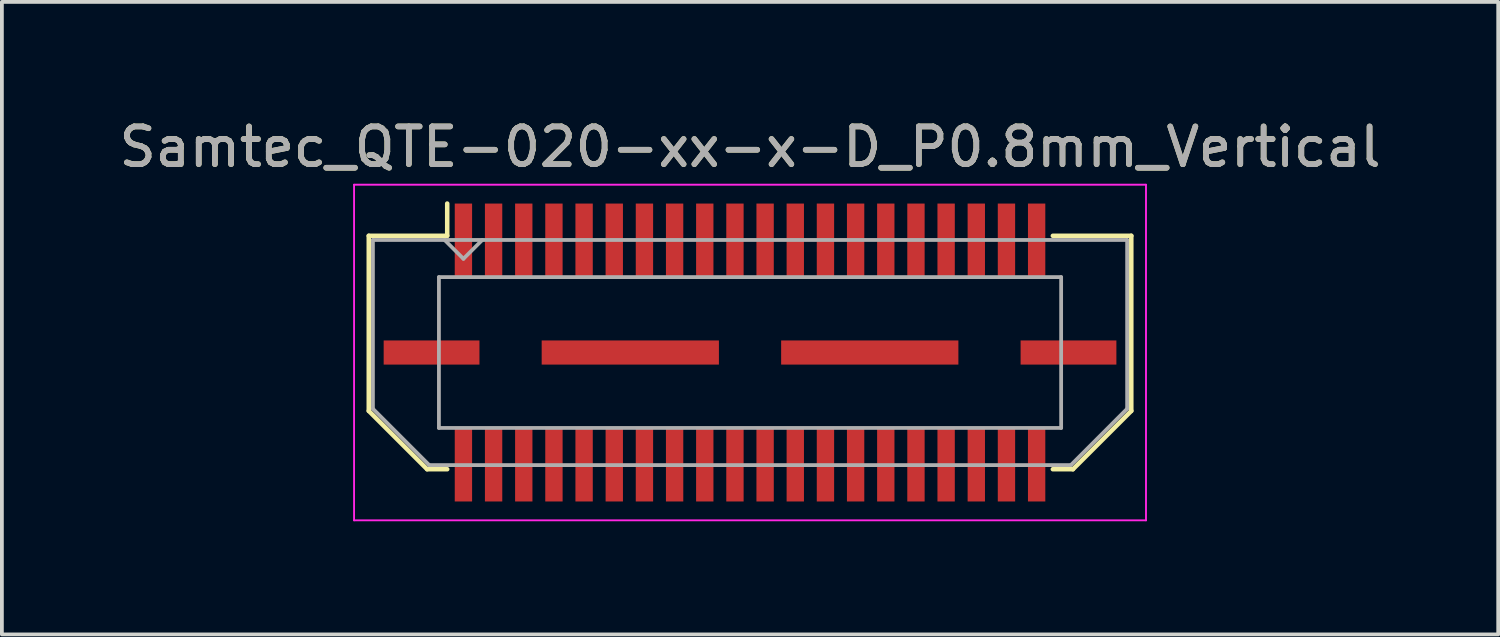
<source format=kicad_pcb>
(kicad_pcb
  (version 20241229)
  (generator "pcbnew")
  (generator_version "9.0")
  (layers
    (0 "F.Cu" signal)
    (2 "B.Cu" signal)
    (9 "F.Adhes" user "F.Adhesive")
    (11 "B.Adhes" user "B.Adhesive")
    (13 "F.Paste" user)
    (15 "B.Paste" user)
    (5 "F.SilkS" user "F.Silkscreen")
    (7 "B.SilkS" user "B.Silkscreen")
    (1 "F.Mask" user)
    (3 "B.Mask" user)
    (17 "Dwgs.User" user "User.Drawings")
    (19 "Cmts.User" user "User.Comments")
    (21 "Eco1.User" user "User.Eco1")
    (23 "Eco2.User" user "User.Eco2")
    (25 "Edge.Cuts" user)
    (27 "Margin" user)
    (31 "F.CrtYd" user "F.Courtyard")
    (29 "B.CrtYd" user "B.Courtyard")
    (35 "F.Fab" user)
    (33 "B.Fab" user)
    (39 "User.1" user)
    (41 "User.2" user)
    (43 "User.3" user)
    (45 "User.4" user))
  (footprint "Samtec_QTE-020-xx-x-D_P0.8mm_Vertical"
    (layer "F.Cu")
    (at 16.839 6.298)
    (property "Reference" "Samtec_QTE-020-xx-x-D_P0.8mm_Vertical" (at 0 -5.45 0) (layer "F.SilkS") (effects (font (size 1 1) (thickness 0.15))))
    (attr smd)
    (fp_line (start -10.11 -3.095) (end -10.11 1.548) (stroke (width 0.12) (type solid)) (layer "F.SilkS"))
    (fp_line (start -10.11 1.548) (end -8.562 3.095) (stroke (width 0.12) (type solid)) (layer "F.SilkS"))
    (fp_line (start -8.562 3.095) (end -8.03 3.095) (stroke (width 0.12) (type solid)) (layer "F.SilkS"))
    (fp_line (start -8.03 -3.95) (end -8.03 -3.095) (stroke (width 0.12) (type solid)) (layer "F.SilkS"))
    (fp_line (start -8.03 -3.095) (end -10.11 -3.095) (stroke (width 0.12) (type solid)) (layer "F.SilkS"))
    (fp_line (start 8.03 -3.095) (end 10.11 -3.095) (stroke (width 0.12) (type solid)) (layer "F.SilkS"))
    (fp_line (start 8.562 3.095) (end 8.03 3.095) (stroke (width 0.12) (type solid)) (layer "F.SilkS"))
    (fp_line (start 10.11 -3.095) (end 10.11 1.548) (stroke (width 0.12) (type solid)) (layer "F.SilkS"))
    (fp_line (start 10.11 1.548) (end 8.562 3.095) (stroke (width 0.12) (type solid)) (layer "F.SilkS"))
    (fp_line (start -10.5 -4.45) (end -10.5 4.45) (stroke (width 0.05) (type solid)) (layer "F.CrtYd"))
    (fp_line (start -10.5 4.45) (end 10.5 4.45) (stroke (width 0.05) (type solid)) (layer "F.CrtYd"))
    (fp_line (start 10.5 -4.45) (end -10.5 -4.45) (stroke (width 0.05) (type solid)) (layer "F.CrtYd"))
    (fp_line (start 10.5 4.45) (end 10.5 -4.45) (stroke (width 0.05) (type solid)) (layer "F.CrtYd"))
    (fp_line (start -10 -2.985) (end -10 1.492) (stroke (width 0.1) (type solid)) (layer "F.Fab"))
    (fp_line (start -10 -2.985) (end 10 -2.985) (stroke (width 0.1) (type solid)) (layer "F.Fab"))
    (fp_line (start -10 1.492) (end -8.508 2.985) (stroke (width 0.1) (type solid)) (layer "F.Fab"))
    (fp_line (start -8.508 2.985) (end 8.508 2.985) (stroke (width 0.1) (type solid)) (layer "F.Fab"))
    (fp_line (start -8.25 -2) (end -8.25 2) (stroke (width 0.1) (type solid)) (layer "F.Fab"))
    (fp_line (start -8.25 2) (end 8.25 2) (stroke (width 0.1) (type solid)) (layer "F.Fab"))
    (fp_line (start -7.6 -2.485) (end -8.1 -2.985) (stroke (width 0.1) (type solid)) (layer "F.Fab"))
    (fp_line (start -7.1 -2.985) (end -7.6 -2.485) (stroke (width 0.1) (type solid)) (layer "F.Fab"))
    (fp_line (start 8.25 -2) (end -8.25 -2) (stroke (width 0.1) (type solid)) (layer "F.Fab"))
    (fp_line (start 8.25 2) (end 8.25 -2) (stroke (width 0.1) (type solid)) (layer "F.Fab"))
    (fp_line (start 10 -2.985) (end 10 1.492) (stroke (width 0.1) (type solid)) (layer "F.Fab"))
    (fp_line (start 10 1.492) (end 8.508 2.985) (stroke (width 0.1) (type solid)) (layer "F.Fab"))
    (fp_text user "${REFERENCE}" (at 0 -5.45 0) (layer "F.Fab") (effects (font (size 1 1) (thickness 0.15))))
    (pad "1" smd rect (at -7.6 -2.98) (size 0.46 1.94) (layers "F.Cu" "F.Mask" "F.Paste"))
    (pad "2" smd rect (at -7.6 2.98) (size 0.46 1.94) (layers "F.Cu" "F.Mask" "F.Paste"))
    (pad "3" smd rect (at -6.8 -2.98) (size 0.46 1.94) (layers "F.Cu" "F.Mask" "F.Paste"))
    (pad "4" smd rect (at -6.8 2.98) (size 0.46 1.94) (layers "F.Cu" "F.Mask" "F.Paste"))
    (pad "5" smd rect (at -6 -2.98) (size 0.46 1.94) (layers "F.Cu" "F.Mask" "F.Paste"))
    (pad "6" smd rect (at -6 2.98) (size 0.46 1.94) (layers "F.Cu" "F.Mask" "F.Paste"))
    (pad "7" smd rect (at -5.2 -2.98) (size 0.46 1.94) (layers "F.Cu" "F.Mask" "F.Paste"))
    (pad "8" smd rect (at -5.2 2.98) (size 0.46 1.94) (layers "F.Cu" "F.Mask" "F.Paste"))
    (pad "9" smd rect (at -4.4 -2.98) (size 0.46 1.94) (layers "F.Cu" "F.Mask" "F.Paste"))
    (pad "10" smd rect (at -4.4 2.98) (size 0.46 1.94) (layers "F.Cu" "F.Mask" "F.Paste"))
    (pad "11" smd rect (at -3.6 -2.98) (size 0.46 1.94) (layers "F.Cu" "F.Mask" "F.Paste"))
    (pad "12" smd rect (at -3.6 2.98) (size 0.46 1.94) (layers "F.Cu" "F.Mask" "F.Paste"))
    (pad "13" smd rect (at -2.8 -2.98) (size 0.46 1.94) (layers "F.Cu" "F.Mask" "F.Paste"))
    (pad "14" smd rect (at -2.8 2.98) (size 0.46 1.94) (layers "F.Cu" "F.Mask" "F.Paste"))
    (pad "15" smd rect (at -2 -2.98) (size 0.46 1.94) (layers "F.Cu" "F.Mask" "F.Paste"))
    (pad "16" smd rect (at -2 2.98) (size 0.46 1.94) (layers "F.Cu" "F.Mask" "F.Paste"))
    (pad "17" smd rect (at -1.2 -2.98) (size 0.46 1.94) (layers "F.Cu" "F.Mask" "F.Paste"))
    (pad "18" smd rect (at -1.2 2.98) (size 0.46 1.94) (layers "F.Cu" "F.Mask" "F.Paste"))
    (pad "19" smd rect (at -0.4 -2.98) (size 0.46 1.94) (layers "F.Cu" "F.Mask" "F.Paste"))
    (pad "20" smd rect (at -0.4 2.98) (size 0.46 1.94) (layers "F.Cu" "F.Mask" "F.Paste"))
    (pad "21" smd rect (at 0.4 -2.98) (size 0.46 1.94) (layers "F.Cu" "F.Mask" "F.Paste"))
    (pad "22" smd rect (at 0.4 2.98) (size 0.46 1.94) (layers "F.Cu" "F.Mask" "F.Paste"))
    (pad "23" smd rect (at 1.2 -2.98) (size 0.46 1.94) (layers "F.Cu" "F.Mask" "F.Paste"))
    (pad "24" smd rect (at 1.2 2.98) (size 0.46 1.94) (layers "F.Cu" "F.Mask" "F.Paste"))
    (pad "25" smd rect (at 2 -2.98) (size 0.46 1.94) (layers "F.Cu" "F.Mask" "F.Paste"))
    (pad "26" smd rect (at 2 2.98) (size 0.46 1.94) (layers "F.Cu" "F.Mask" "F.Paste"))
    (pad "27" smd rect (at 2.8 -2.98) (size 0.46 1.94) (layers "F.Cu" "F.Mask" "F.Paste"))
    (pad "28" smd rect (at 2.8 2.98) (size 0.46 1.94) (layers "F.Cu" "F.Mask" "F.Paste"))
    (pad "29" smd rect (at 3.6 -2.98) (size 0.46 1.94) (layers "F.Cu" "F.Mask" "F.Paste"))
    (pad "30" smd rect (at 3.6 2.98) (size 0.46 1.94) (layers "F.Cu" "F.Mask" "F.Paste"))
    (pad "31" smd rect (at 4.4 -2.98) (size 0.46 1.94) (layers "F.Cu" "F.Mask" "F.Paste"))
    (pad "32" smd rect (at 4.4 2.98) (size 0.46 1.94) (layers "F.Cu" "F.Mask" "F.Paste"))
    (pad "33" smd rect (at 5.2 -2.98) (size 0.46 1.94) (layers "F.Cu" "F.Mask" "F.Paste"))
    (pad "34" smd rect (at 5.2 2.98) (size 0.46 1.94) (layers "F.Cu" "F.Mask" "F.Paste"))
    (pad "35" smd rect (at 6 -2.98) (size 0.46 1.94) (layers "F.Cu" "F.Mask" "F.Paste"))
    (pad "36" smd rect (at 6 2.98) (size 0.46 1.94) (layers "F.Cu" "F.Mask" "F.Paste"))
    (pad "37" smd rect (at 6.8 -2.98) (size 0.46 1.94) (layers "F.Cu" "F.Mask" "F.Paste"))
    (pad "38" smd rect (at 6.8 2.98) (size 0.46 1.94) (layers "F.Cu" "F.Mask" "F.Paste"))
    (pad "39" smd rect (at 7.6 -2.98) (size 0.46 1.94) (layers "F.Cu" "F.Mask" "F.Paste"))
    (pad "40" smd rect (at 7.6 2.98) (size 0.46 1.94) (layers "F.Cu" "F.Mask" "F.Paste"))
    (pad "41" smd rect (at -8.445 0) (size 2.54 0.64) (layers "F.Cu" "F.Mask" "F.Paste"))
    (pad "42" smd rect (at -3.175 0) (size 4.7 0.64) (layers "F.Cu" "F.Mask" "F.Paste"))
    (pad "43" smd rect (at 3.175 0) (size 4.7 0.64) (layers "F.Cu" "F.Mask" "F.Paste"))
    (pad "44" smd rect (at 8.445 0) (size 2.54 0.64) (layers "F.Cu" "F.Mask" "F.Paste")))
  (gr_rect
    (start -3 -3)
    (end 36.679 13.773)
    (stroke (width 0.1) (type default))
    (fill no)
    (layer "Edge.Cuts")))
</source>
